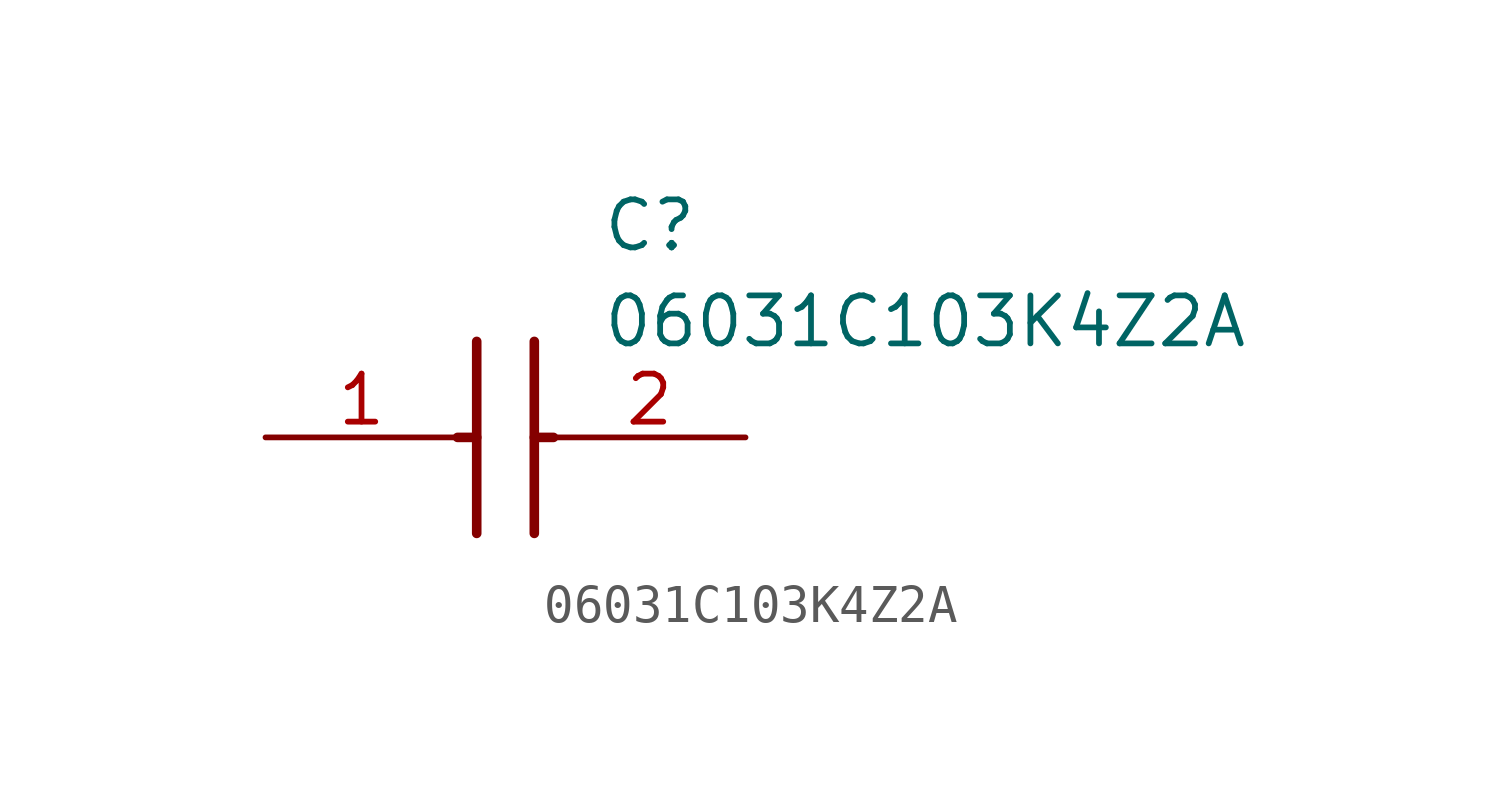
<source format=kicad_sym>
(kicad_symbol_lib
  (version 20211014)
  (generator SamacSys_ECAD_Model)
  (symbol "06031C103K4Z2A"
    (pin_names hide)
    (property "Reference" "C"
      (at 8.89 6.35 0)
      (effects (font (size 1.27 1.27)) (justify left top)))
    (property "Value" "06031C103K4Z2A"
      (at 8.89 3.81 0)
      (effects (font (size 1.27 1.27)) (justify left top)))
    (polyline
      (pts (xy 5.588 2.54) (xy 5.588 -2.54))
      (stroke (width 0.254) (type default))
      (fill (type none)))
    (polyline
      (pts (xy 7.112 2.54) (xy 7.112 -2.54))
      (stroke (width 0.254) (type default))
      (fill (type none)))
    (polyline
      (pts (xy 5.08 0) (xy 5.588 0))
      (stroke (width 0.254) (type default))
      (fill (type none)))
    (polyline
      (pts (xy 7.112 0) (xy 7.62 0))
      (stroke (width 0.254) (type default))
      (fill (type none)))
    (pin passive line
      (at 0 0 0)
      (length 5.08)
      (name "1" (effects (font (size 1.27 1.27))))
      (number "1" (effects (font (size 1.27 1.27)))))
    (pin passive line
      (at 12.7 0 180)
      (length 5.08)
      (name "2" (effects (font (size 1.27 1.27))))
      (number "2" (effects (font (size 1.27 1.27)))))))
</source>
